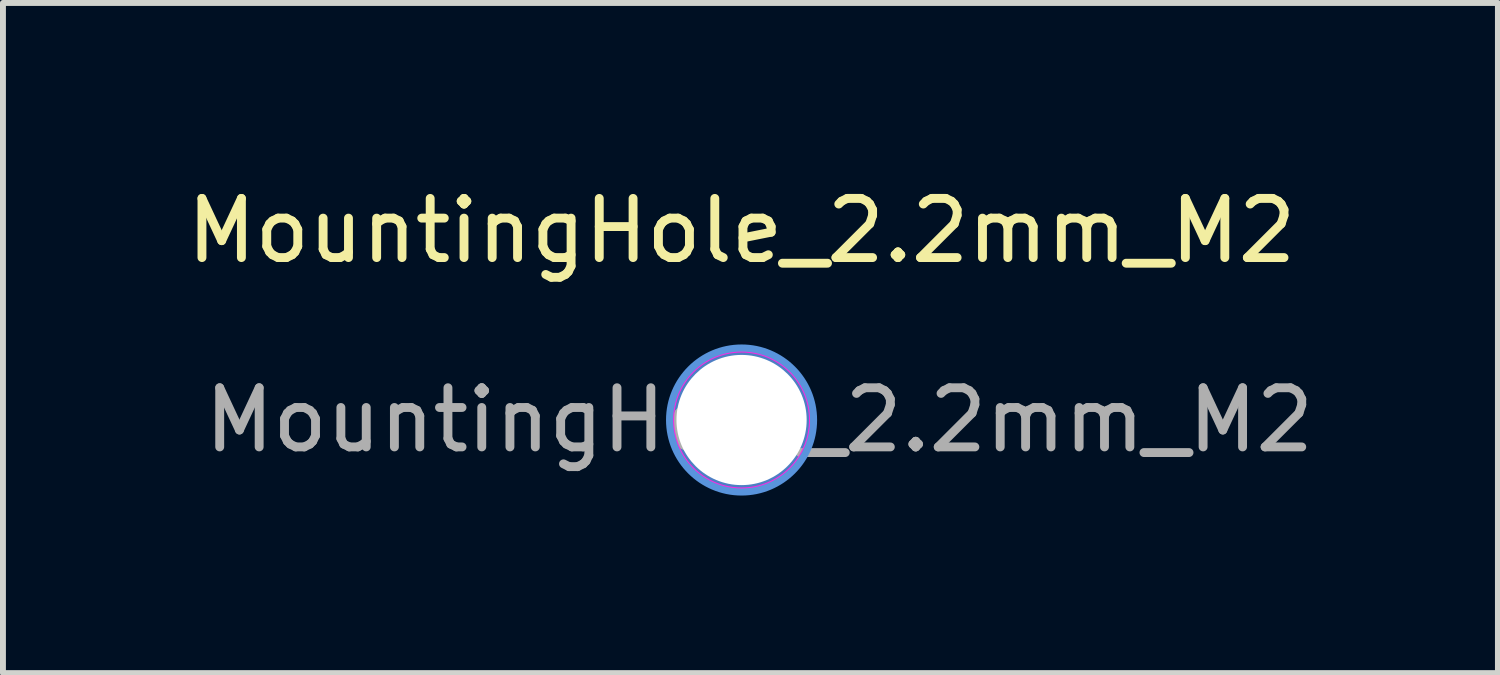
<source format=kicad_pcb>
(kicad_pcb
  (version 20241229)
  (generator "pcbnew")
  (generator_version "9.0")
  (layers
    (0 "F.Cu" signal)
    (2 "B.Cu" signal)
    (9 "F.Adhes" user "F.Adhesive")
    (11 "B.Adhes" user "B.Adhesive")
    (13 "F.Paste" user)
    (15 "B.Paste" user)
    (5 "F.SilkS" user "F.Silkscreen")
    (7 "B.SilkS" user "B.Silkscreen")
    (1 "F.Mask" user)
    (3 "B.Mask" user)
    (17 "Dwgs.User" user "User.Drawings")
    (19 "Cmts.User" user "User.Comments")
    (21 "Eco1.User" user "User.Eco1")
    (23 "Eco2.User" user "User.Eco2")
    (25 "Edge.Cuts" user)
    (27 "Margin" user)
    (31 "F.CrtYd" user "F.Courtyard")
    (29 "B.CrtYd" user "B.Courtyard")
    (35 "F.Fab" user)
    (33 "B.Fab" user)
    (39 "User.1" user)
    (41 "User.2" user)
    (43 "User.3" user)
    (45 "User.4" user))
  (footprint "MountingHole_2.2mm_M2"
    (layer "F.Cu")
    (at 9.482 4.048)
    (property "Reference" "MountingHole_2.2mm_M2" (at 0 -3.2 0) (layer "F.SilkS") (effects (font (size 1 1) (thickness 0.15))))
    (attr exclude_from_pos_files exclude_from_bom)
    (fp_circle (center 0 0) (end 1.2 0.2) (stroke (width 0.12) (type solid)) (fill no) (layer "Cmts.User"))
    (fp_circle (center 0 0) (end 1.2 0) (stroke (width 0.12) (type solid)) (fill no) (layer "F.CrtYd"))
    (fp_text user "${REFERENCE}" (at 0.3 0 0) (layer "F.Fab") (effects (font (size 1 1) (thickness 0.15))))
    (pad "1" thru_hole circle (at 0 0) (size 2.5 2.5) (drill 2.2) (layers "*.Cu" "*.Mask")))
  (gr_rect
    (start -3 -3)
    (end 22.264 8.325)
    (stroke (width 0.1) (type default))
    (fill no)
    (layer "Edge.Cuts")))
</source>
